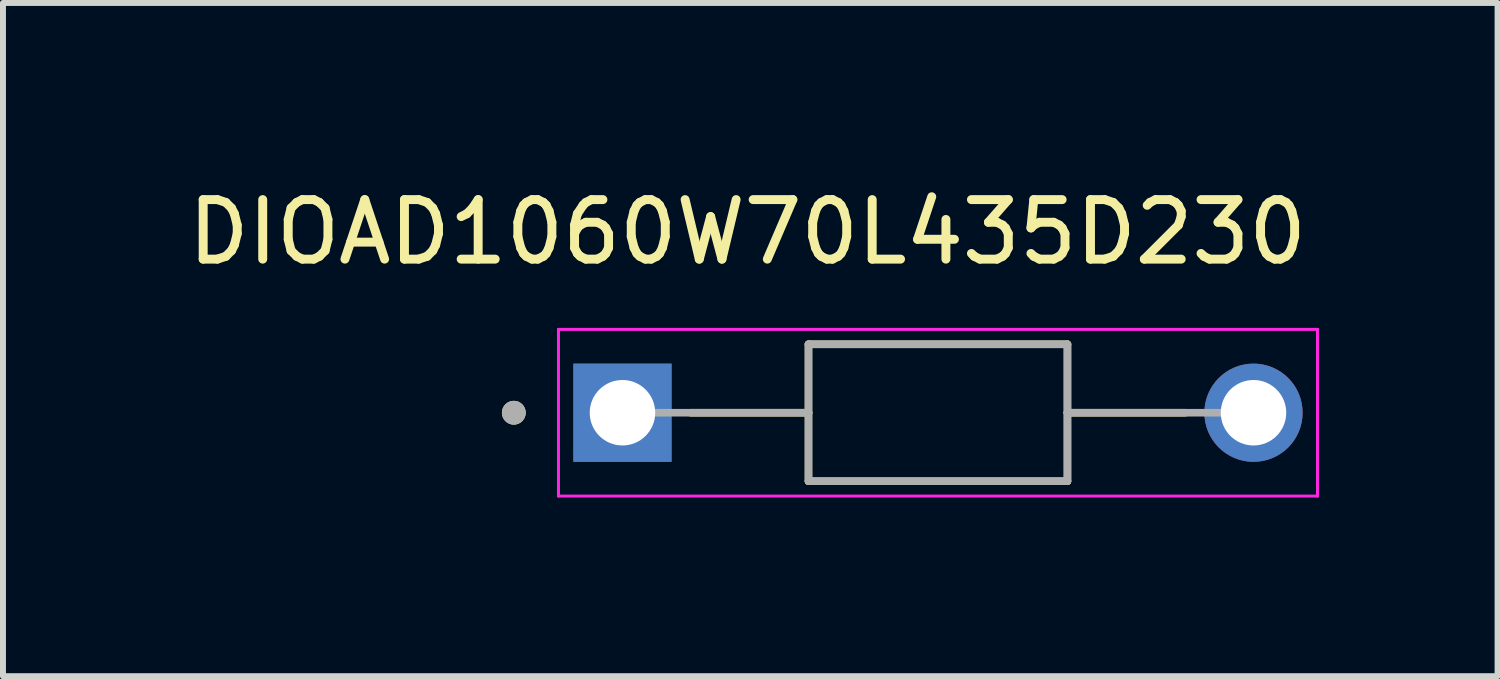
<source format=kicad_pcb>
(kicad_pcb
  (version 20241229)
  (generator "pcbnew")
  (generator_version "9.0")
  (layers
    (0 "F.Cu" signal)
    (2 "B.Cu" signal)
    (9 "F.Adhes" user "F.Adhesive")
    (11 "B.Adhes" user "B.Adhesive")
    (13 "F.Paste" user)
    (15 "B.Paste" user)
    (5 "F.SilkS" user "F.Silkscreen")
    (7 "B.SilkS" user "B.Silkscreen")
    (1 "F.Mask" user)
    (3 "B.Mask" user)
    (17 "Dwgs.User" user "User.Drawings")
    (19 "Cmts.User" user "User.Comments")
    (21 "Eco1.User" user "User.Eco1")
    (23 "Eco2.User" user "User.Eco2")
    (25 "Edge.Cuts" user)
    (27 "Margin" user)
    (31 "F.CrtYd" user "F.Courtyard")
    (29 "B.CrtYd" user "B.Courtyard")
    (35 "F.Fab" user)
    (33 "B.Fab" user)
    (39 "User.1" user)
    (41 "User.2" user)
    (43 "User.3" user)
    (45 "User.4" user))
  (footprint "DIOAD1060W70L435D230"
    (layer "F.Cu")
    (at 12.706 3.883)
    (property "Reference" "DIOAD1060W70L435D230" (at -3.2 -3.035 0) (layer "F.SilkS") (effects (font (size 1 1) (thickness 0.15))))
    (attr through_hole)
    (fp_line (start -2.175 -1.15) (end -2.175 0) (stroke (width 0.127) (type solid)) (layer "F.SilkS"))
    (fp_line (start -2.175 0) (end -4.155 0) (stroke (width 0.127) (type solid)) (layer "F.SilkS"))
    (fp_line (start -2.175 0) (end -2.175 1.15) (stroke (width 0.127) (type solid)) (layer "F.SilkS"))
    (fp_line (start -2.175 1.15) (end 2.175 1.15) (stroke (width 0.127) (type solid)) (layer "F.SilkS"))
    (fp_line (start 2.175 -1.15) (end -2.175 -1.15) (stroke (width 0.127) (type solid)) (layer "F.SilkS"))
    (fp_line (start 2.175 0) (end 2.175 -1.15) (stroke (width 0.127) (type solid)) (layer "F.SilkS"))
    (fp_line (start 2.175 0) (end 4.155 0) (stroke (width 0.127) (type solid)) (layer "F.SilkS"))
    (fp_line (start 2.175 1.15) (end 2.175 0) (stroke (width 0.127) (type solid)) (layer "F.SilkS"))
    (fp_circle (center -7.125 0) (end -7.025 0) (stroke (width 0.2) (type solid)) (fill no) (layer "F.SilkS"))
    (fp_line (start -6.375 -1.4) (end -6.375 1.4) (stroke (width 0.05) (type solid)) (layer "F.CrtYd"))
    (fp_line (start -6.375 1.4) (end 6.375 1.4) (stroke (width 0.05) (type solid)) (layer "F.CrtYd"))
    (fp_line (start 6.375 -1.4) (end -6.375 -1.4) (stroke (width 0.05) (type solid)) (layer "F.CrtYd"))
    (fp_line (start 6.375 1.4) (end 6.375 -1.4) (stroke (width 0.05) (type solid)) (layer "F.CrtYd"))
    (fp_line (start -2.175 -1.15) (end -2.175 0) (stroke (width 0.127) (type solid)) (layer "F.Fab"))
    (fp_line (start -2.175 0) (end -5.3 0) (stroke (width 0.127) (type solid)) (layer "F.Fab"))
    (fp_line (start -2.175 0) (end -2.175 1.15) (stroke (width 0.127) (type solid)) (layer "F.Fab"))
    (fp_line (start -2.175 1.15) (end 2.175 1.15) (stroke (width 0.127) (type solid)) (layer "F.Fab"))
    (fp_line (start 2.175 -1.15) (end -2.175 -1.15) (stroke (width 0.127) (type solid)) (layer "F.Fab"))
    (fp_line (start 2.175 0) (end 2.175 -1.15) (stroke (width 0.127) (type solid)) (layer "F.Fab"))
    (fp_line (start 2.175 0) (end 5.3 0) (stroke (width 0.127) (type solid)) (layer "F.Fab"))
    (fp_line (start 2.175 1.15) (end 2.175 0) (stroke (width 0.127) (type solid)) (layer "F.Fab"))
    (fp_circle (center -7.125 0) (end -7.025 0) (stroke (width 0.2) (type solid)) (fill no) (layer "F.Fab"))
    (pad "A" thru_hole circle (at 5.3 0) (size 1.65 1.65) (drill 1.1) (layers "*.Cu" "*.Mask"))
    (pad "C" thru_hole rect (at -5.3 0) (size 1.65 1.65) (drill 1.1) (layers "*.Cu" "*.Mask")))
  (gr_rect
    (start -3 -3)
    (end 22.106 8.308)
    (stroke (width 0.1) (type default))
    (fill no)
    (layer "Edge.Cuts")))
</source>
